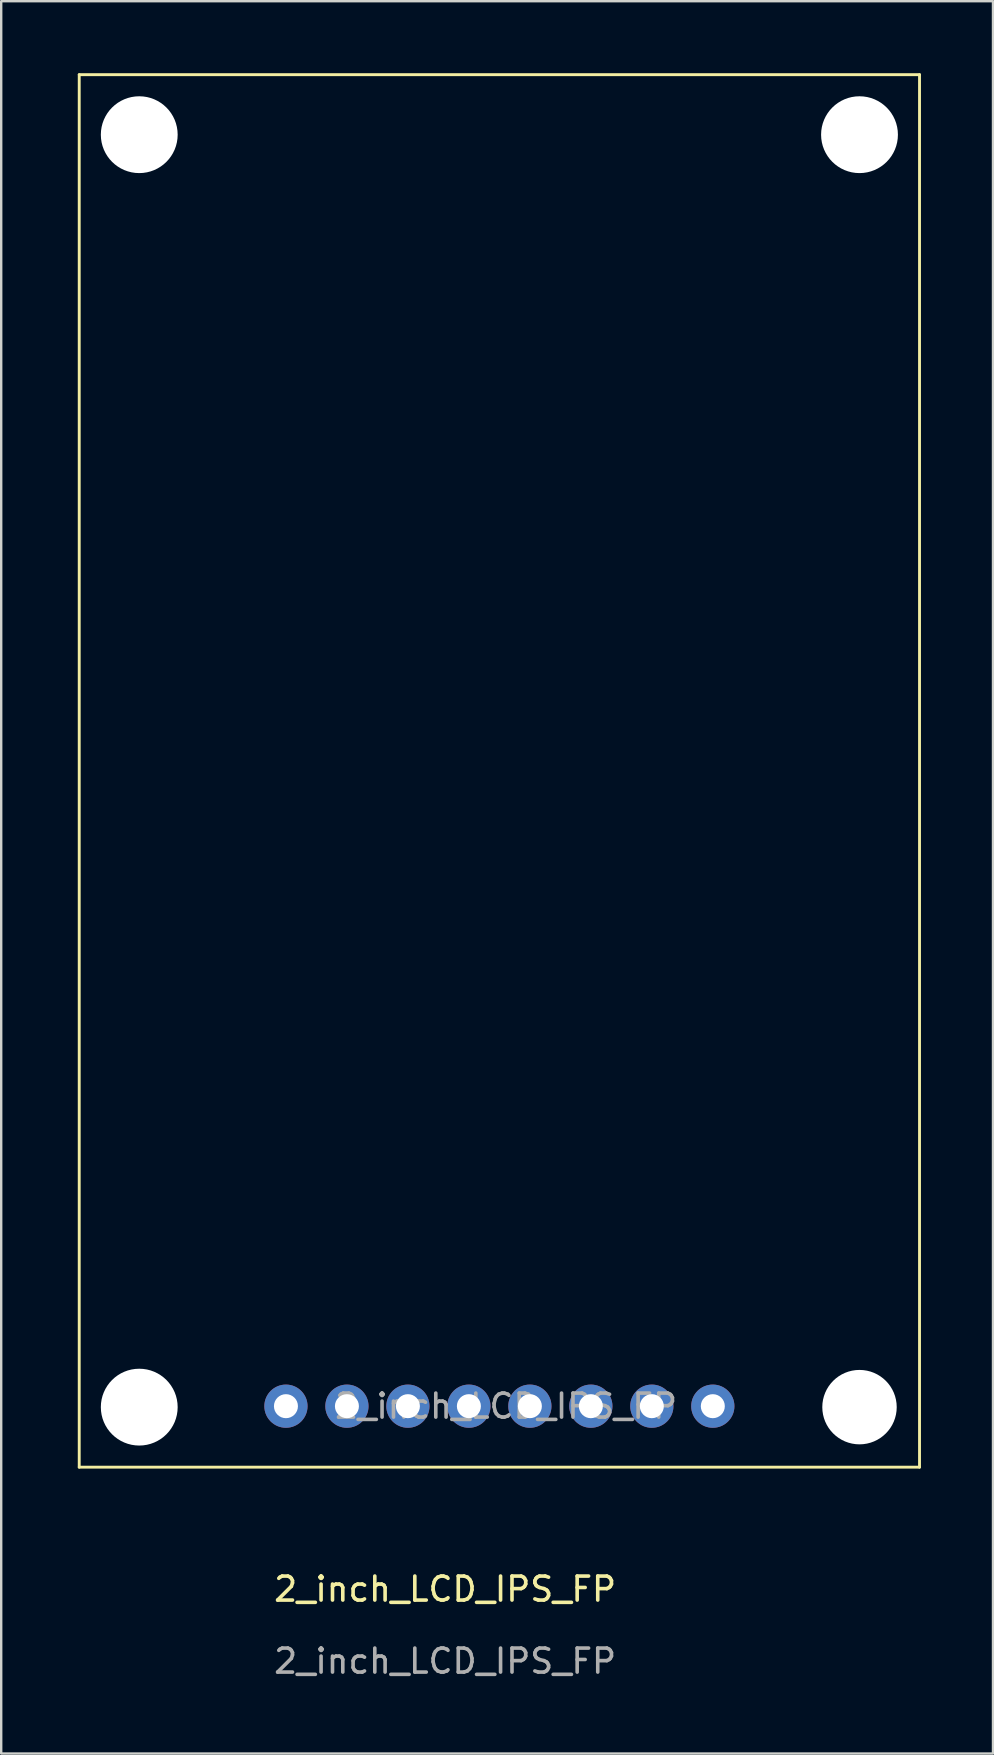
<source format=kicad_pcb>
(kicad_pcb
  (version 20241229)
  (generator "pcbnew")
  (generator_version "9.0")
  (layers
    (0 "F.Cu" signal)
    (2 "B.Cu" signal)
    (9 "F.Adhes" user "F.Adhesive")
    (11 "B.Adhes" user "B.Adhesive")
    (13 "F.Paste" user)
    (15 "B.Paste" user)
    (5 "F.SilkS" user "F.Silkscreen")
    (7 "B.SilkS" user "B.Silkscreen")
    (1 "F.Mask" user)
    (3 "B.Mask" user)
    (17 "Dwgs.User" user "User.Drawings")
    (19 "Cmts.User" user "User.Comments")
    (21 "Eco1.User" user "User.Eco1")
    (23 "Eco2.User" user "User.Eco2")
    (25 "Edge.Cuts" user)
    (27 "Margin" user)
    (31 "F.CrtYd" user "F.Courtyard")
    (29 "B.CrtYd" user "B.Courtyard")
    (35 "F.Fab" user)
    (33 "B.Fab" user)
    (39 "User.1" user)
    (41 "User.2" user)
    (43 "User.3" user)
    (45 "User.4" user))
  (footprint "2_inch_LCD_IPS_FP"
    (layer "F.Cu")
    (at 0.25 58.06)
    (property "Reference" "2_inch_LCD_IPS_FP" (at 15.24 5.08 0) (unlocked yes) (layer "F.SilkS") (effects (font (size 1 1) (thickness 0.15))))
    (attr smd)
    (fp_line (start 0 -58) (end 35 -58) (stroke (width 0.12) (type solid)) (layer "F.SilkS"))
    (fp_line (start 0 0) (end 0 -58) (stroke (width 0.12) (type solid)) (layer "F.SilkS"))
    (fp_line (start 0 0) (end 35 0) (stroke (width 0.12) (type solid)) (layer "F.SilkS"))
    (fp_line (start 35 0) (end 35 -58) (stroke (width 0.12) (type solid)) (layer "F.SilkS"))
    (fp_text user "${REFERENCE}" (at 17.78 -2.54 180) (layer "F.Fab") (effects (font (size 1 1) (thickness 0.15))))
    (fp_text user "${REFERENCE}" (at 15.24 8.08 0) (unlocked yes) (layer "F.Fab") (effects (font (size 1 1) (thickness 0.15))))
    (pad "" np_thru_hole circle (at 2.5 -55.5 180) (size 3.2 3.2) (drill 3.2) (layers "*.Cu" "*.Mask"))
    (pad "" np_thru_hole circle (at 2.5 -2.5 180) (size 3.2 3.2) (drill 3.2) (layers "*.Cu" "*.Mask"))
    (pad "" np_thru_hole circle (at 32.5 -55.5 180) (size 3.2 3.2) (drill 3.2) (layers "*.Cu" "*.Mask"))
    (pad "" np_thru_hole circle (at 32.5 -2.5 180) (size 3.1 3.1) (drill 3.2) (layers "*.Cu" "*.Mask"))
    (pad "1" thru_hole circle (at 8.61 -2.54 180) (size 1.8 1.8) (drill 1) (layers "*.Cu" "*.Mask"))
    (pad "2" thru_hole circle (at 11.15 -2.54 180) (size 1.8 1.8) (drill 1) (layers "*.Cu" "*.Mask"))
    (pad "3" thru_hole circle (at 13.69 -2.54 180) (size 1.8 1.8) (drill 1) (layers "*.Cu" "*.Mask"))
    (pad "4" thru_hole circle (at 16.23 -2.54 180) (size 1.8 1.8) (drill 1) (layers "*.Cu" "*.Mask"))
    (pad "5" thru_hole circle (at 18.77 -2.54 180) (size 1.8 1.8) (drill 1) (layers "*.Cu" "*.Mask"))
    (pad "6" thru_hole circle (at 21.31 -2.54 180) (size 1.8 1.8) (drill 1) (layers "*.Cu" "*.Mask"))
    (pad "7" thru_hole circle (at 23.85 -2.54 180) (size 1.8 1.8) (drill 1) (layers "*.Cu" "*.Mask"))
    (pad "8" thru_hole circle (at 26.39 -2.54 180) (size 1.8 1.8) (drill 1) (layers "*.Cu" "*.Mask")))
  (gr_rect
    (start -3 -3)
    (end 38.31 69.988)
    (stroke (width 0.1) (type default))
    (fill no)
    (layer "Edge.Cuts")))
</source>
